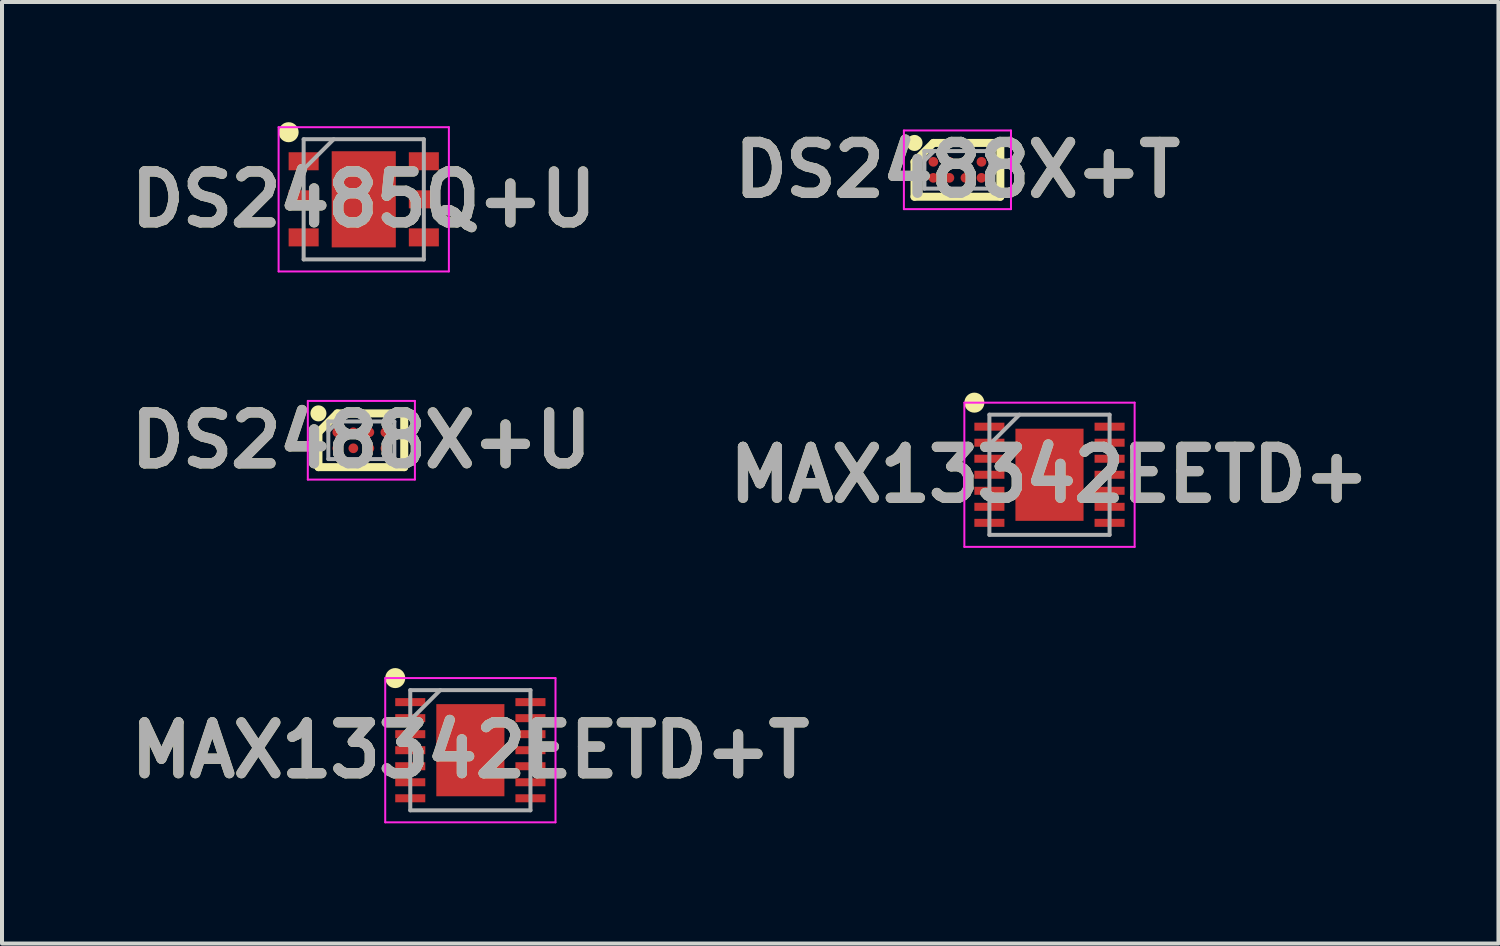
<source format=kicad_pcb>
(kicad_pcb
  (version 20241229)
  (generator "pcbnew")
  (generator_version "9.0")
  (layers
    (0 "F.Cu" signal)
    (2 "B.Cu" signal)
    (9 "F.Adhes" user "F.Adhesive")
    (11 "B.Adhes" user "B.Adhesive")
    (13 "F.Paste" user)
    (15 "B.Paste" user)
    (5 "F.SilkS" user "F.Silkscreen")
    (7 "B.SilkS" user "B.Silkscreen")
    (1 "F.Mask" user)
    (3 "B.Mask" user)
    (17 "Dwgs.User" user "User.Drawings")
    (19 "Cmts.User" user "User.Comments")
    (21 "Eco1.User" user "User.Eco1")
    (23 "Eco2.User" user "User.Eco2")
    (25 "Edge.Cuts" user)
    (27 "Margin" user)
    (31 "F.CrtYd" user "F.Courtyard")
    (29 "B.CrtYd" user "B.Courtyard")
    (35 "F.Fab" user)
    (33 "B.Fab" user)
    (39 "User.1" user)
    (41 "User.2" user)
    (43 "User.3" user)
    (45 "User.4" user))
  (footprint "MAX13342EETD+"
    (layer "F.Cu")
    (at 23.145 8.8)
    (property "Reference" "MAX13342EETD+" (at 0 0 0) (layer "F.SilkS") (effects (font (size 1.27 1.27) (thickness 0.254))))
    (attr smd)
    (fp_circle (center -1.875 -1.8) (end -1.875 -1.675) (stroke (width 0.25) (type solid)) (fill no) (layer "F.SilkS"))
    (fp_line (start -2.125 -1.8) (end 2.125 -1.8) (stroke (width 0.05) (type solid)) (layer "F.CrtYd"))
    (fp_line (start -2.125 1.8) (end -2.125 -1.8) (stroke (width 0.05) (type solid)) (layer "F.CrtYd"))
    (fp_line (start 2.125 -1.8) (end 2.125 1.8) (stroke (width 0.05) (type solid)) (layer "F.CrtYd"))
    (fp_line (start 2.125 1.8) (end -2.125 1.8) (stroke (width 0.05) (type solid)) (layer "F.CrtYd"))
    (fp_line (start -1.5 -1.5) (end 1.5 -1.5) (stroke (width 0.1) (type solid)) (layer "F.Fab"))
    (fp_line (start -1.5 -0.75) (end -0.75 -1.5) (stroke (width 0.1) (type solid)) (layer "F.Fab"))
    (fp_line (start -1.5 1.5) (end -1.5 -1.5) (stroke (width 0.1) (type solid)) (layer "F.Fab"))
    (fp_line (start 1.5 -1.5) (end 1.5 1.5) (stroke (width 0.1) (type solid)) (layer "F.Fab"))
    (fp_line (start 1.5 1.5) (end -1.5 1.5) (stroke (width 0.1) (type solid)) (layer "F.Fab"))
    (fp_text user "${REFERENCE}" (at 0 0 0) (layer "F.Fab") (effects (font (size 1.27 1.27) (thickness 0.254))))
    (pad "1" smd rect (at -1.5 -1.2 90) (size 0.2 0.75) (layers "F.Cu" "F.Mask" "F.Paste"))
    (pad "2" smd rect (at -1.5 -0.8 90) (size 0.2 0.75) (layers "F.Cu" "F.Mask" "F.Paste"))
    (pad "3" smd rect (at -1.5 -0.4 90) (size 0.2 0.75) (layers "F.Cu" "F.Mask" "F.Paste"))
    (pad "4" smd rect (at -1.5 0 90) (size 0.2 0.75) (layers "F.Cu" "F.Mask" "F.Paste"))
    (pad "5" smd rect (at -1.5 0.4 90) (size 0.2 0.75) (layers "F.Cu" "F.Mask" "F.Paste"))
    (pad "6" smd rect (at -1.5 0.8 90) (size 0.2 0.75) (layers "F.Cu" "F.Mask" "F.Paste"))
    (pad "7" smd rect (at -1.5 1.2 90) (size 0.2 0.75) (layers "F.Cu" "F.Mask" "F.Paste"))
    (pad "8" smd rect (at 1.5 1.2 90) (size 0.2 0.75) (layers "F.Cu" "F.Mask" "F.Paste"))
    (pad "9" smd rect (at 1.5 0.8 90) (size 0.2 0.75) (layers "F.Cu" "F.Mask" "F.Paste"))
    (pad "10" smd rect (at 1.5 0.4 90) (size 0.2 0.75) (layers "F.Cu" "F.Mask" "F.Paste"))
    (pad "11" smd rect (at 1.5 0 90) (size 0.2 0.75) (layers "F.Cu" "F.Mask" "F.Paste"))
    (pad "12" smd rect (at 1.5 -0.4 90) (size 0.2 0.75) (layers "F.Cu" "F.Mask" "F.Paste"))
    (pad "13" smd rect (at 1.5 -0.8 90) (size 0.2 0.75) (layers "F.Cu" "F.Mask" "F.Paste"))
    (pad "14" smd rect (at 1.5 -1.2 90) (size 0.2 0.75) (layers "F.Cu" "F.Mask" "F.Paste"))
    (pad "15" smd rect (at 0 0) (size 1.7 2.3) (layers "F.Cu" "F.Mask" "F.Paste")))
  (footprint "MAX13342EETD+T"
    (layer "F.Cu")
    (at 8.69 15.675)
    (property "Reference" "MAX13342EETD+T" (at 0 0 0) (layer "F.SilkS") (effects (font (size 1.27 1.27) (thickness 0.254))))
    (attr smd)
    (fp_circle (center -1.875 -1.8) (end -1.875 -1.675) (stroke (width 0.25) (type solid)) (fill no) (layer "F.SilkS"))
    (fp_line (start -2.125 -1.8) (end 2.125 -1.8) (stroke (width 0.05) (type solid)) (layer "F.CrtYd"))
    (fp_line (start -2.125 1.8) (end -2.125 -1.8) (stroke (width 0.05) (type solid)) (layer "F.CrtYd"))
    (fp_line (start 2.125 -1.8) (end 2.125 1.8) (stroke (width 0.05) (type solid)) (layer "F.CrtYd"))
    (fp_line (start 2.125 1.8) (end -2.125 1.8) (stroke (width 0.05) (type solid)) (layer "F.CrtYd"))
    (fp_line (start -1.5 -1.5) (end 1.5 -1.5) (stroke (width 0.1) (type solid)) (layer "F.Fab"))
    (fp_line (start -1.5 -0.75) (end -0.75 -1.5) (stroke (width 0.1) (type solid)) (layer "F.Fab"))
    (fp_line (start -1.5 1.5) (end -1.5 -1.5) (stroke (width 0.1) (type solid)) (layer "F.Fab"))
    (fp_line (start 1.5 -1.5) (end 1.5 1.5) (stroke (width 0.1) (type solid)) (layer "F.Fab"))
    (fp_line (start 1.5 1.5) (end -1.5 1.5) (stroke (width 0.1) (type solid)) (layer "F.Fab"))
    (fp_text user "${REFERENCE}" (at 0 0 0) (layer "F.Fab") (effects (font (size 1.27 1.27) (thickness 0.254))))
    (pad "1" smd rect (at -1.5 -1.2 90) (size 0.2 0.75) (layers "F.Cu" "F.Mask" "F.Paste"))
    (pad "2" smd rect (at -1.5 -0.8 90) (size 0.2 0.75) (layers "F.Cu" "F.Mask" "F.Paste"))
    (pad "3" smd rect (at -1.5 -0.4 90) (size 0.2 0.75) (layers "F.Cu" "F.Mask" "F.Paste"))
    (pad "4" smd rect (at -1.5 0 90) (size 0.2 0.75) (layers "F.Cu" "F.Mask" "F.Paste"))
    (pad "5" smd rect (at -1.5 0.4 90) (size 0.2 0.75) (layers "F.Cu" "F.Mask" "F.Paste"))
    (pad "6" smd rect (at -1.5 0.8 90) (size 0.2 0.75) (layers "F.Cu" "F.Mask" "F.Paste"))
    (pad "7" smd rect (at -1.5 1.2 90) (size 0.2 0.75) (layers "F.Cu" "F.Mask" "F.Paste"))
    (pad "8" smd rect (at 1.5 1.2 90) (size 0.2 0.75) (layers "F.Cu" "F.Mask" "F.Paste"))
    (pad "9" smd rect (at 1.5 0.8 90) (size 0.2 0.75) (layers "F.Cu" "F.Mask" "F.Paste"))
    (pad "10" smd rect (at 1.5 0.4 90) (size 0.2 0.75) (layers "F.Cu" "F.Mask" "F.Paste"))
    (pad "11" smd rect (at 1.5 0 90) (size 0.2 0.75) (layers "F.Cu" "F.Mask" "F.Paste"))
    (pad "12" smd rect (at 1.5 -0.4 90) (size 0.2 0.75) (layers "F.Cu" "F.Mask" "F.Paste"))
    (pad "13" smd rect (at 1.5 -0.8 90) (size 0.2 0.75) (layers "F.Cu" "F.Mask" "F.Paste"))
    (pad "14" smd rect (at 1.5 -1.2 90) (size 0.2 0.75) (layers "F.Cu" "F.Mask" "F.Paste"))
    (pad "15" smd rect (at 0 0) (size 1.7 2.3) (layers "F.Cu" "F.Mask" "F.Paste")))
  (footprint "DS2488X+U"
    (layer "F.Cu")
    (at 5.969 7.939)
    (property "Reference" "DS2488X+U" (at 0 0 0) (layer "F.SilkS") (effects (font (size 1.27 1.27) (thickness 0.254))))
    (attr smd)
    (fp_line (start -1.071 -0.2) (end -0.6 -0.671) (stroke (width 0.2) (type solid)) (layer "F.SilkS"))
    (fp_line (start -1.071 0.671) (end -1.071 -0.2) (stroke (width 0.2) (type solid)) (layer "F.SilkS"))
    (fp_line (start -0.6 -0.671) (end 1.071 -0.671) (stroke (width 0.2) (type solid)) (layer "F.SilkS"))
    (fp_line (start 1.071 -0.671) (end 1.071 0.671) (stroke (width 0.2) (type solid)) (layer "F.SilkS"))
    (fp_line (start 1.071 0.671) (end -1.071 0.671) (stroke (width 0.2) (type solid)) (layer "F.SilkS"))
    (fp_circle (center -1.071 -0.671) (end -1.071 -0.571) (stroke (width 0.2) (type solid)) (fill no) (layer "F.SilkS"))
    (fp_line (start -1.336 -0.982) (end 1.337 -0.982) (stroke (width 0.05) (type solid)) (layer "F.CrtYd"))
    (fp_line (start -1.336 0.981) (end -1.336 -0.982) (stroke (width 0.05) (type solid)) (layer "F.CrtYd"))
    (fp_line (start 1.337 -0.982) (end 1.337 0.981) (stroke (width 0.05) (type solid)) (layer "F.CrtYd"))
    (fp_line (start 1.337 0.981) (end -1.336 0.981) (stroke (width 0.05) (type solid)) (layer "F.CrtYd"))
    (fp_line (start -0.824 -0.469) (end 0.824 -0.469) (stroke (width 0.1) (type solid)) (layer "F.Fab"))
    (fp_line (start -0.824 -0.228) (end -0.583 -0.469) (stroke (width 0.1) (type solid)) (layer "F.Fab"))
    (fp_line (start -0.824 0.469) (end -0.824 -0.469) (stroke (width 0.1) (type solid)) (layer "F.Fab"))
    (fp_line (start 0.824 -0.469) (end 0.824 0.469) (stroke (width 0.1) (type solid)) (layer "F.Fab"))
    (fp_line (start 0.824 0.469) (end -0.824 0.469) (stroke (width 0.1) (type solid)) (layer "F.Fab"))
    (fp_text user "${REFERENCE}" (at 0 0 0) (layer "F.Fab") (effects (font (size 1.27 1.27) (thickness 0.254))))
    (pad "A1" smd circle (at -0.6 -0.2 90) (size 0.242 0.242) (layers "F.Cu" "F.Mask" "F.Paste"))
    (pad "A2" smd circle (at -0.2 -0.2 90) (size 0.242 0.242) (layers "F.Cu" "F.Mask" "F.Paste"))
    (pad "A3" smd circle (at 0.2 -0.2 90) (size 0.242 0.242) (layers "F.Cu" "F.Mask" "F.Paste"))
    (pad "A4" smd circle (at 0.6 -0.2 90) (size 0.242 0.242) (layers "F.Cu" "F.Mask" "F.Paste"))
    (pad "B1" smd circle (at -0.6 0.2 90) (size 0.242 0.242) (layers "F.Cu" "F.Mask" "F.Paste"))
    (pad "B2" smd circle (at -0.2 0.2 90) (size 0.242 0.242) (layers "F.Cu" "F.Mask" "F.Paste"))
    (pad "B3" smd circle (at 0.2 0.2 90) (size 0.242 0.242) (layers "F.Cu" "F.Mask" "F.Paste"))
    (pad "B4" smd circle (at 0.6 0.2 90) (size 0.242 0.242) (layers "F.Cu" "F.Mask" "F.Paste")))
  (footprint "DS2488X+T"
    (layer "F.Cu")
    (at 20.847 1.189)
    (property "Reference" "DS2488X+T" (at 0 0 0) (layer "F.SilkS") (effects (font (size 1.27 1.27) (thickness 0.254))))
    (attr smd)
    (fp_line (start -1.071 -0.2) (end -0.6 -0.671) (stroke (width 0.2) (type solid)) (layer "F.SilkS"))
    (fp_line (start -1.071 0.671) (end -1.071 -0.2) (stroke (width 0.2) (type solid)) (layer "F.SilkS"))
    (fp_line (start -0.6 -0.671) (end 1.071 -0.671) (stroke (width 0.2) (type solid)) (layer "F.SilkS"))
    (fp_line (start 1.071 -0.671) (end 1.071 0.671) (stroke (width 0.2) (type solid)) (layer "F.SilkS"))
    (fp_line (start 1.071 0.671) (end -1.071 0.671) (stroke (width 0.2) (type solid)) (layer "F.SilkS"))
    (fp_circle (center -1.071 -0.671) (end -1.071 -0.571) (stroke (width 0.2) (type solid)) (fill no) (layer "F.SilkS"))
    (fp_line (start -1.336 -0.982) (end 1.337 -0.982) (stroke (width 0.05) (type solid)) (layer "F.CrtYd"))
    (fp_line (start -1.336 0.981) (end -1.336 -0.982) (stroke (width 0.05) (type solid)) (layer "F.CrtYd"))
    (fp_line (start 1.337 -0.982) (end 1.337 0.981) (stroke (width 0.05) (type solid)) (layer "F.CrtYd"))
    (fp_line (start 1.337 0.981) (end -1.336 0.981) (stroke (width 0.05) (type solid)) (layer "F.CrtYd"))
    (fp_line (start -0.824 -0.469) (end 0.824 -0.469) (stroke (width 0.1) (type solid)) (layer "F.Fab"))
    (fp_line (start -0.824 -0.228) (end -0.583 -0.469) (stroke (width 0.1) (type solid)) (layer "F.Fab"))
    (fp_line (start -0.824 0.469) (end -0.824 -0.469) (stroke (width 0.1) (type solid)) (layer "F.Fab"))
    (fp_line (start 0.824 -0.469) (end 0.824 0.469) (stroke (width 0.1) (type solid)) (layer "F.Fab"))
    (fp_line (start 0.824 0.469) (end -0.824 0.469) (stroke (width 0.1) (type solid)) (layer "F.Fab"))
    (fp_text user "${REFERENCE}" (at 0 0 0) (layer "F.Fab") (effects (font (size 1.27 1.27) (thickness 0.254))))
    (pad "A1" smd circle (at -0.6 -0.2 90) (size 0.242 0.242) (layers "F.Cu" "F.Mask" "F.Paste"))
    (pad "A2" smd circle (at -0.2 -0.2 90) (size 0.242 0.242) (layers "F.Cu" "F.Mask" "F.Paste"))
    (pad "A3" smd circle (at 0.2 -0.2 90) (size 0.242 0.242) (layers "F.Cu" "F.Mask" "F.Paste"))
    (pad "A4" smd circle (at 0.6 -0.2 90) (size 0.242 0.242) (layers "F.Cu" "F.Mask" "F.Paste"))
    (pad "B1" smd circle (at -0.6 0.2 90) (size 0.242 0.242) (layers "F.Cu" "F.Mask" "F.Paste"))
    (pad "B2" smd circle (at -0.2 0.2 90) (size 0.242 0.242) (layers "F.Cu" "F.Mask" "F.Paste"))
    (pad "B3" smd circle (at 0.2 0.2 90) (size 0.242 0.242) (layers "F.Cu" "F.Mask" "F.Paste"))
    (pad "B4" smd circle (at 0.6 0.2 90) (size 0.242 0.242) (layers "F.Cu" "F.Mask" "F.Paste")))
  (footprint "DS2485Q+U"
    (layer "F.Cu")
    (at 6.029 1.925)
    (property "Reference" "DS2485Q+U" (at 0 0 0) (layer "F.SilkS") (effects (font (size 1.27 1.27) (thickness 0.254))))
    (attr smd)
    (fp_circle (center -1.875 -1.675) (end -1.875 -1.55) (stroke (width 0.25) (type solid)) (fill no) (layer "F.SilkS"))
    (fp_line (start -2.125 -1.8) (end 2.125 -1.8) (stroke (width 0.05) (type solid)) (layer "F.CrtYd"))
    (fp_line (start -2.125 1.8) (end -2.125 -1.8) (stroke (width 0.05) (type solid)) (layer "F.CrtYd"))
    (fp_line (start 2.125 -1.8) (end 2.125 1.8) (stroke (width 0.05) (type solid)) (layer "F.CrtYd"))
    (fp_line (start 2.125 1.8) (end -2.125 1.8) (stroke (width 0.05) (type solid)) (layer "F.CrtYd"))
    (fp_line (start -1.5 -1.5) (end 1.5 -1.5) (stroke (width 0.1) (type solid)) (layer "F.Fab"))
    (fp_line (start -1.5 -0.75) (end -0.75 -1.5) (stroke (width 0.1) (type solid)) (layer "F.Fab"))
    (fp_line (start -1.5 1.5) (end -1.5 -1.5) (stroke (width 0.1) (type solid)) (layer "F.Fab"))
    (fp_line (start 1.5 -1.5) (end 1.5 1.5) (stroke (width 0.1) (type solid)) (layer "F.Fab"))
    (fp_line (start 1.5 1.5) (end -1.5 1.5) (stroke (width 0.1) (type solid)) (layer "F.Fab"))
    (fp_text user "${REFERENCE}" (at 0 0 0) (layer "F.Fab") (effects (font (size 1.27 1.27) (thickness 0.254))))
    (pad "1" smd rect (at -1.5 -0.95 90) (size 0.45 0.75) (layers "F.Cu" "F.Mask" "F.Paste"))
    (pad "2" smd rect (at -1.5 0 90) (size 0.45 0.75) (layers "F.Cu" "F.Mask" "F.Paste"))
    (pad "3" smd rect (at -1.5 0.95 90) (size 0.45 0.75) (layers "F.Cu" "F.Mask" "F.Paste"))
    (pad "4" smd rect (at 1.5 0.95 90) (size 0.45 0.75) (layers "F.Cu" "F.Mask" "F.Paste"))
    (pad "5" smd rect (at 1.5 0 90) (size 0.45 0.75) (layers "F.Cu" "F.Mask" "F.Paste"))
    (pad "6" smd rect (at 1.5 -0.95 90) (size 0.45 0.75) (layers "F.Cu" "F.Mask" "F.Paste"))
    (pad "7" smd rect (at 0 0) (size 1.6 2.4) (layers "F.Cu" "F.Mask" "F.Paste")))
  (gr_rect
    (start -3 -3)
    (end 34.351 20.5)
    (stroke (width 0.1) (type default))
    (fill no)
    (layer "Edge.Cuts")))
</source>
